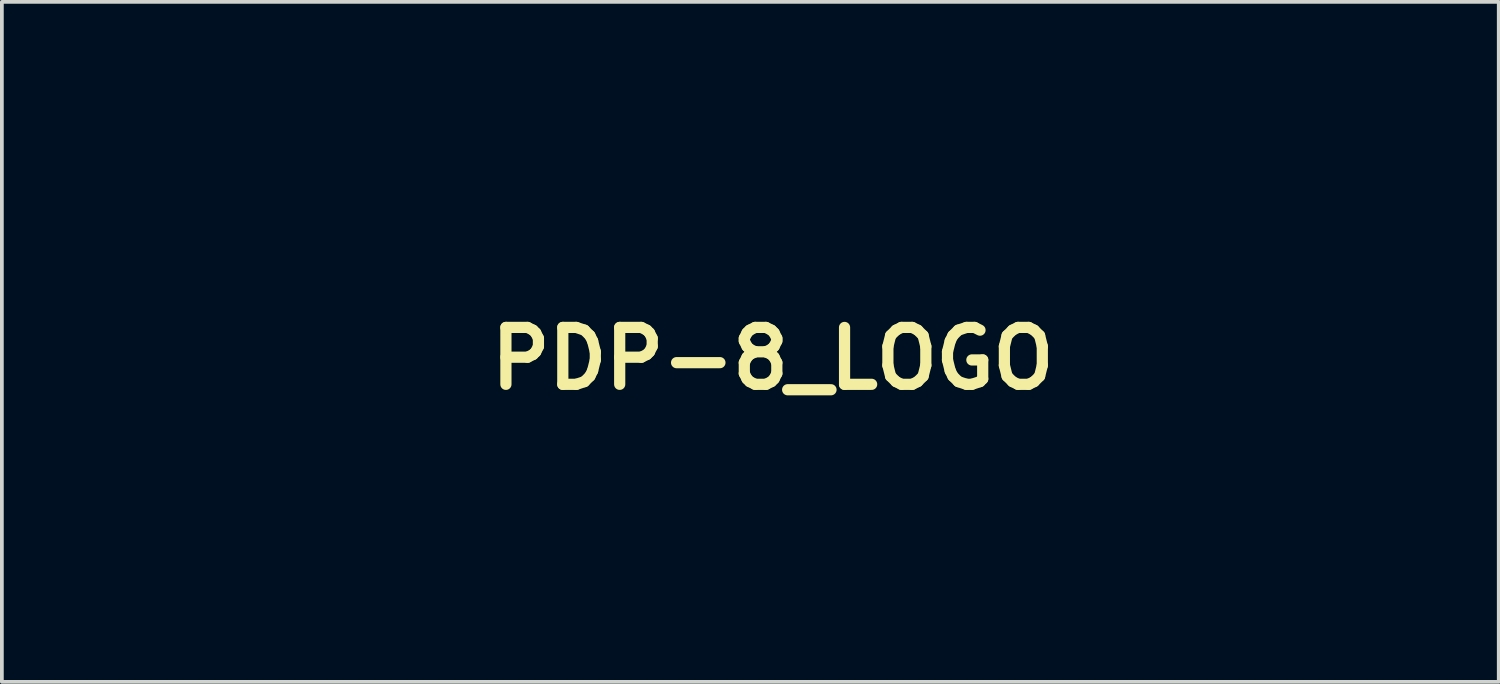
<source format=kicad_pcb>
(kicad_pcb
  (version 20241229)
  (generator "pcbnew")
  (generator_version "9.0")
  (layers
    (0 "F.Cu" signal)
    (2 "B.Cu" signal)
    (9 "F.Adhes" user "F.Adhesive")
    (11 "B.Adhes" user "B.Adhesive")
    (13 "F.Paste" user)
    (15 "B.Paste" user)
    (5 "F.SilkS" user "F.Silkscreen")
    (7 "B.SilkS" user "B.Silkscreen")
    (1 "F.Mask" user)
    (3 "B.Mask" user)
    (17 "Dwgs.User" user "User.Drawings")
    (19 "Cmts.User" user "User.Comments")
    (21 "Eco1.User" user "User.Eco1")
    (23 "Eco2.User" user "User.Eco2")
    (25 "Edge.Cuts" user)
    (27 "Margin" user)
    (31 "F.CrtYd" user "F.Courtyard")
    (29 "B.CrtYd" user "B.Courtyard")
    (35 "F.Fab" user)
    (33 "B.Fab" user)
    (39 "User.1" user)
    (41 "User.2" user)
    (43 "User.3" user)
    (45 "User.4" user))
  (footprint "PDP-8_LOGO"
    (layer "F.Cu")
    (at 17.651 6.556)
    (property "Reference" "PDP-8_LOGO" (at 0 0 0) (layer "F.SilkS") (effects (font (size 1.524 1.524) (thickness 0.3))))
    (attr through_hole)
    (fp_poly (pts (xy 9.358 2.139) (xy 4.813 2.139) (xy 4.813 0.267) (xy 9.358 0.267) (xy 9.358 2.139)) (stroke (width 0.01) (type solid)) (fill no) (layer "Eco2.User"))
    (fp_poly (pts (xy -14.221 -6.402) (xy -13.475 -6.338) (xy -12.983 -6.193) (xy -12.605 -5.935) (xy -12.42 -5.761) (xy -12.095 -5.384) (xy -11.899 -4.961) (xy -11.8 -4.349) (xy -11.767 -3.407) (xy -11.764 -2.849) (xy -11.815 -1.419) (xy -12.008 -0.43) (xy -12.401 0.207) (xy -13.053 0.578) (xy -14.023 0.772) (xy -14.205 0.792) (xy -15.641 0.936) (xy -15.718 3.275) (xy -15.796 5.615) (xy -17.646 5.615) (xy -17.646 -4.545) (xy -15.775 -4.545) (xy -15.775 -1.069) (xy -14.982 -1.069) (xy -14.224 -1.258) (xy -13.913 -1.587) (xy -13.619 -2.517) (xy -13.678 -3.403) (xy -14.043 -4.11) (xy -14.664 -4.505) (xy -14.982 -4.545) (xy -15.775 -4.545) (xy -17.646 -4.545) (xy -17.646 -6.417) (xy -15.362 -6.417) (xy -14.221 -6.402)) (stroke (width 0.01) (type solid)) (fill no) (layer "Eco2.User"))
    (fp_poly (pts (xy 0.751 -6.402) (xy 1.497 -6.338) (xy 1.989 -6.193) (xy 2.368 -5.935) (xy 2.552 -5.761) (xy 2.877 -5.384) (xy 3.074 -4.961) (xy 3.172 -4.349) (xy 3.206 -3.407) (xy 3.208 -2.849) (xy 3.157 -1.419) (xy 2.965 -0.43) (xy 2.572 0.207) (xy 1.92 0.578) (xy 0.95 0.772) (xy 0.767 0.792) (xy -0.668 0.936) (xy -0.746 3.275) (xy -0.823 5.615) (xy -2.674 5.615) (xy -2.674 -4.545) (xy -0.802 -4.545) (xy -0.802 -1.069) (xy -0.009 -1.069) (xy 0.749 -1.258) (xy 1.06 -1.587) (xy 1.354 -2.517) (xy 1.294 -3.403) (xy 0.93 -4.11) (xy 0.309 -4.505) (xy -0.009 -4.545) (xy -0.802 -4.545) (xy -2.674 -4.545) (xy -2.674 -6.417) (xy -0.389 -6.417) (xy 0.751 -6.402)) (stroke (width 0.01) (type solid)) (fill no) (layer "Eco2.User"))
    (fp_poly (pts (xy -6.919 -6.397) (xy -6.18 -6.313) (xy -5.663 -6.131) (xy -5.212 -5.815) (xy -5.162 -5.772) (xy -4.412 -5.128) (xy -4.327 -0.848) (xy -4.308 1.177) (xy -4.369 2.731) (xy -4.547 3.875) (xy -4.881 4.671) (xy -5.408 5.181) (xy -6.166 5.467) (xy -7.194 5.591) (xy -8.306 5.615) (xy -10.16 5.615) (xy -10.16 -0.596) (xy -8.288 -0.596) (xy -8.277 0.812) (xy -8.246 2.026) (xy -8.199 2.948) (xy -8.14 3.479) (xy -8.11 3.565) (xy -7.614 3.74) (xy -7.014 3.605) (xy -6.709 3.372) (xy -6.568 2.924) (xy -6.486 1.98) (xy -6.461 0.528) (xy -6.476 -0.705) (xy -6.551 -4.412) (xy -7.419 -4.495) (xy -8.288 -4.579) (xy -8.288 -0.596) (xy -10.16 -0.596) (xy -10.16 -6.417) (xy -8.036 -6.417) (xy -6.919 -6.397)) (stroke (width 0.01) (type solid)) (fill no) (layer "Eco2.User"))
    (fp_poly (pts (xy 14.556 -6.478) (xy 15.23 -6.213) (xy 15.62 -5.902) (xy 16.008 -5.465) (xy 16.217 -4.968) (xy 16.299 -4.23) (xy 16.309 -3.563) (xy 16.27 -2.529) (xy 16.124 -1.862) (xy 15.833 -1.398) (xy 15.761 -1.324) (xy 15.213 -0.776) (xy 15.828 -0.277) (xy 16.146 0.04) (xy 16.331 0.446) (xy 16.419 1.082) (xy 16.443 2.091) (xy 16.443 2.273) (xy 16.429 3.332) (xy 16.357 4.007) (xy 16.186 4.449) (xy 15.875 4.808) (xy 15.693 4.97) (xy 14.753 5.481) (xy 13.64 5.656) (xy 12.547 5.497) (xy 11.666 5.004) (xy 11.618 4.958) (xy 11.276 4.554) (xy 11.078 4.094) (xy 10.986 3.421) (xy 10.971 2.781) (xy 12.864 2.781) (xy 12.993 3.415) (xy 13.304 3.686) (xy 13.701 3.695) (xy 14.038 3.597) (xy 14.219 3.338) (xy 14.292 2.786) (xy 14.304 2.005) (xy 14.29 1.116) (xy 14.213 0.636) (xy 14.02 0.44) (xy 13.659 0.401) (xy 13.636 0.401) (xy 13.231 0.452) (xy 13.018 0.697) (xy 12.916 1.274) (xy 12.885 1.704) (xy 12.864 2.781) (xy 10.971 2.781) (xy 10.962 2.382) (xy 10.962 2.285) (xy 10.986 1.187) (xy 11.081 0.475) (xy 11.276 0.004) (xy 11.521 -0.291) (xy 12.08 -0.85) (xy 11.521 -1.445) (xy 11.09 -2.243) (xy 10.922 -3.306) (xy 10.922 -3.307) (xy 12.797 -3.307) (xy 12.925 -2.614) (xy 13.241 -2.095) (xy 13.712 -1.921) (xy 13.737 -1.924) (xy 14.121 -2.088) (xy 14.316 -2.534) (xy 14.384 -3.098) (xy 14.331 -3.988) (xy 14.062 -4.56) (xy 13.639 -4.736) (xy 13.235 -4.545) (xy 12.889 -4.007) (xy 12.797 -3.307) (xy 10.922 -3.307) (xy 11.012 -4.435) (xy 11.356 -5.432) (xy 11.607 -5.8) (xy 12.101 -6.27) (xy 12.661 -6.492) (xy 13.512 -6.55) (xy 13.591 -6.551) (xy 14.556 -6.478)) (stroke (width 0.01) (type solid)) (fill no) (layer "Eco2.User")))
  (gr_rect
    (start -3 -3)
    (end 37.099 15.217)
    (stroke (width 0.1) (type default))
    (fill no)
    (layer "Edge.Cuts")))
</source>
